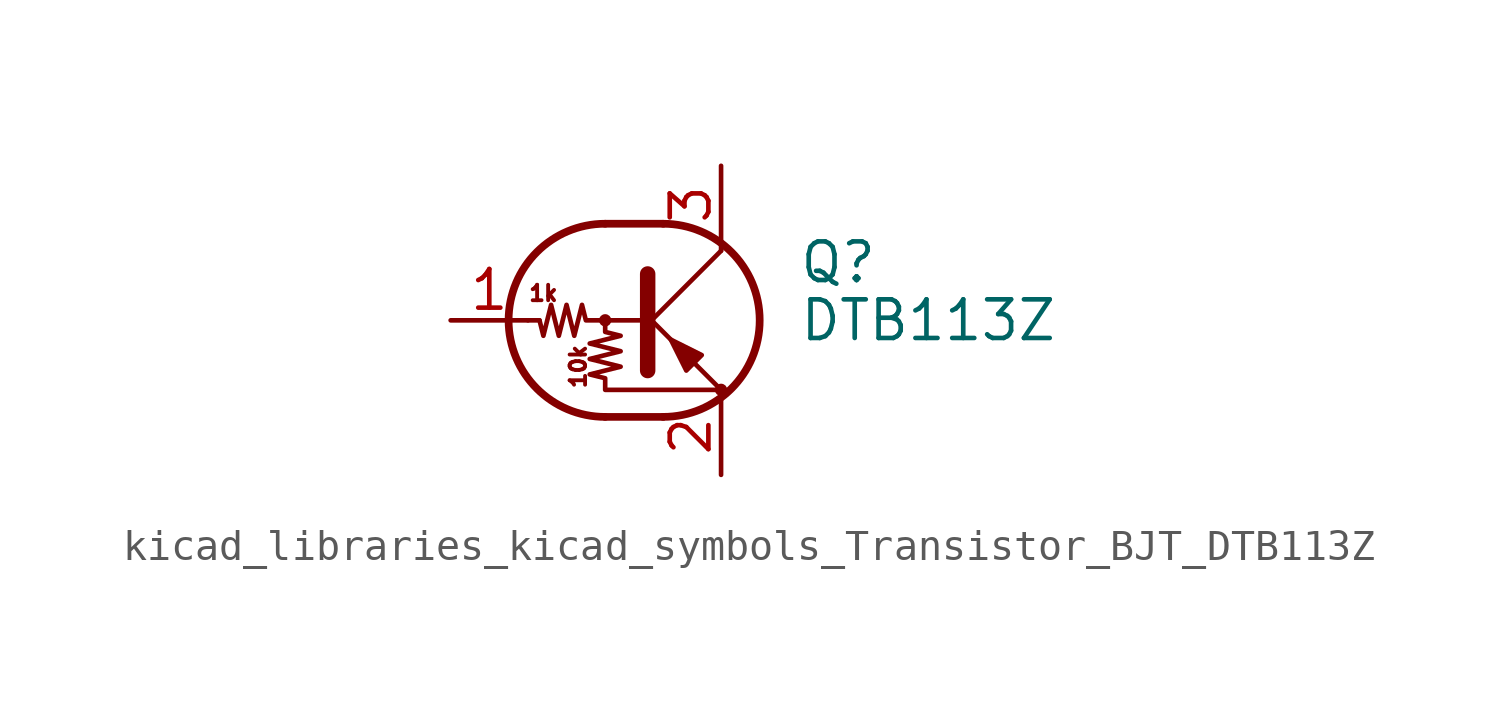
<source format=kicad_sym>
(kicad_symbol_lib
  (version 20220914)
  (generator kicad_symbol_editor)
  (symbol "kicad_libraries_kicad_symbols_Transistor_BJT_DTB113Z"
    (pin_names
      (offset 0) hide)
    (property "Reference" "Q"
      (at 5.08 1.905 0)
      (effects (font (size 1.27 1.27)) (justify left)))
    (property "Value" "DTB113Z"
      (at 5.08 0 0)
      (effects (font (size 1.27 1.27)) (justify left)))
    (symbol "kicad_libraries_kicad_symbols_Transistor_BJT_DTB113Z_0_0"
      (text "10k" (at -2.159 -1.524 900) (effects (font (size 0.508 0.508))))
      (text "1k" (at -3.302 0.889 0) (effects (font (size 0.508 0.508)))))
    (symbol "kicad_libraries_kicad_symbols_Transistor_BJT_DTB113Z_0_1"
      (circle (center -1.27 0) (radius 0.127) (stroke (width 0) (type default)) (fill (type none)))
      (arc (start -1.27 3.175) (mid -4.4312 0) (end -1.27 -3.175) (stroke (width 0.254) (type default)) (fill (type none)))
      (polyline (pts (xy -3.429 0) (xy -3.81 0)) (stroke (width 0) (type default)) (fill (type none)))
      (polyline (pts (xy -1.27 -3.175) (xy 0.635 -3.175)) (stroke (width 0.254) (type default)) (fill (type none)))
      (polyline (pts (xy -1.27 3.175) (xy 0.635 3.175)) (stroke (width 0.254) (type default)) (fill (type none)))
      (polyline (pts (xy 0 -0.254) (xy 2.54 2.286)) (stroke (width 0) (type default)) (fill (type none)))
      (polyline (pts (xy 0.127 1.524) (xy 0.127 -1.651)) (stroke (width 0.508) (type default)) (fill (type outline)))
      (polyline (pts (xy 2.54 2.286) (xy 2.54 2.54)) (stroke (width 0) (type default)) (fill (type none)))
      (polyline (pts (xy 2.54 -2.286) (xy 0 0.254) (xy 0 0.254)) (stroke (width 0) (type default)) (fill (type none)))
      (polyline (pts (xy 1.397 -1.651) (xy 1.905 -1.143) (xy 0.889 -0.635) (xy 1.397 -1.651)) (stroke (width 0) (type default)) (fill (type outline)))
      (polyline (pts (xy 0 0) (xy -1.905 0) (xy -2.032 0.508) (xy -2.286 -0.508) (xy -2.54 0.508) (xy -2.794 -0.508) (xy -3.048 0.508) (xy -3.302 -0.508) (xy -3.429 0)) (stroke (width 0) (type default)) (fill (type none)))
      (polyline (pts (xy -1.27 0) (xy -1.27 -0.381) (xy -0.762 -0.508) (xy -1.778 -0.762) (xy -0.762 -1.016) (xy -1.778 -1.27) (xy -0.762 -1.524) (xy -1.778 -1.778) (xy -1.27 -1.905) (xy -1.27 -2.286) (xy 2.54 -2.286)) (stroke (width 0) (type default)) (fill (type none)))
      (arc (start 0.635 -3.175) (mid 3.7962 0) (end 0.635 3.175) (stroke (width 0.254) (type default)) (fill (type none)))
      (circle (center 2.54 -2.286) (radius 0.127) (stroke (width 0) (type default)) (fill (type none))))
    (symbol "kicad_libraries_kicad_symbols_Transistor_BJT_DTB113Z_1_1"
      (pin input line (at -6.35 0 0) (length 2.54) (name "B" (effects (font (size 1.27 1.27)))) (number "1" (effects (font (size 1.27 1.27)))))
      (pin passive line (at 2.54 -5.08 90) (length 2.54) (name "E" (effects (font (size 1.27 1.27)))) (number "2" (effects (font (size 1.27 1.27)))))
      (pin passive line (at 2.54 5.08 270) (length 2.54) (name "C" (effects (font (size 1.27 1.27)))) (number "3" (effects (font (size 1.27 1.27))))))))
</source>
